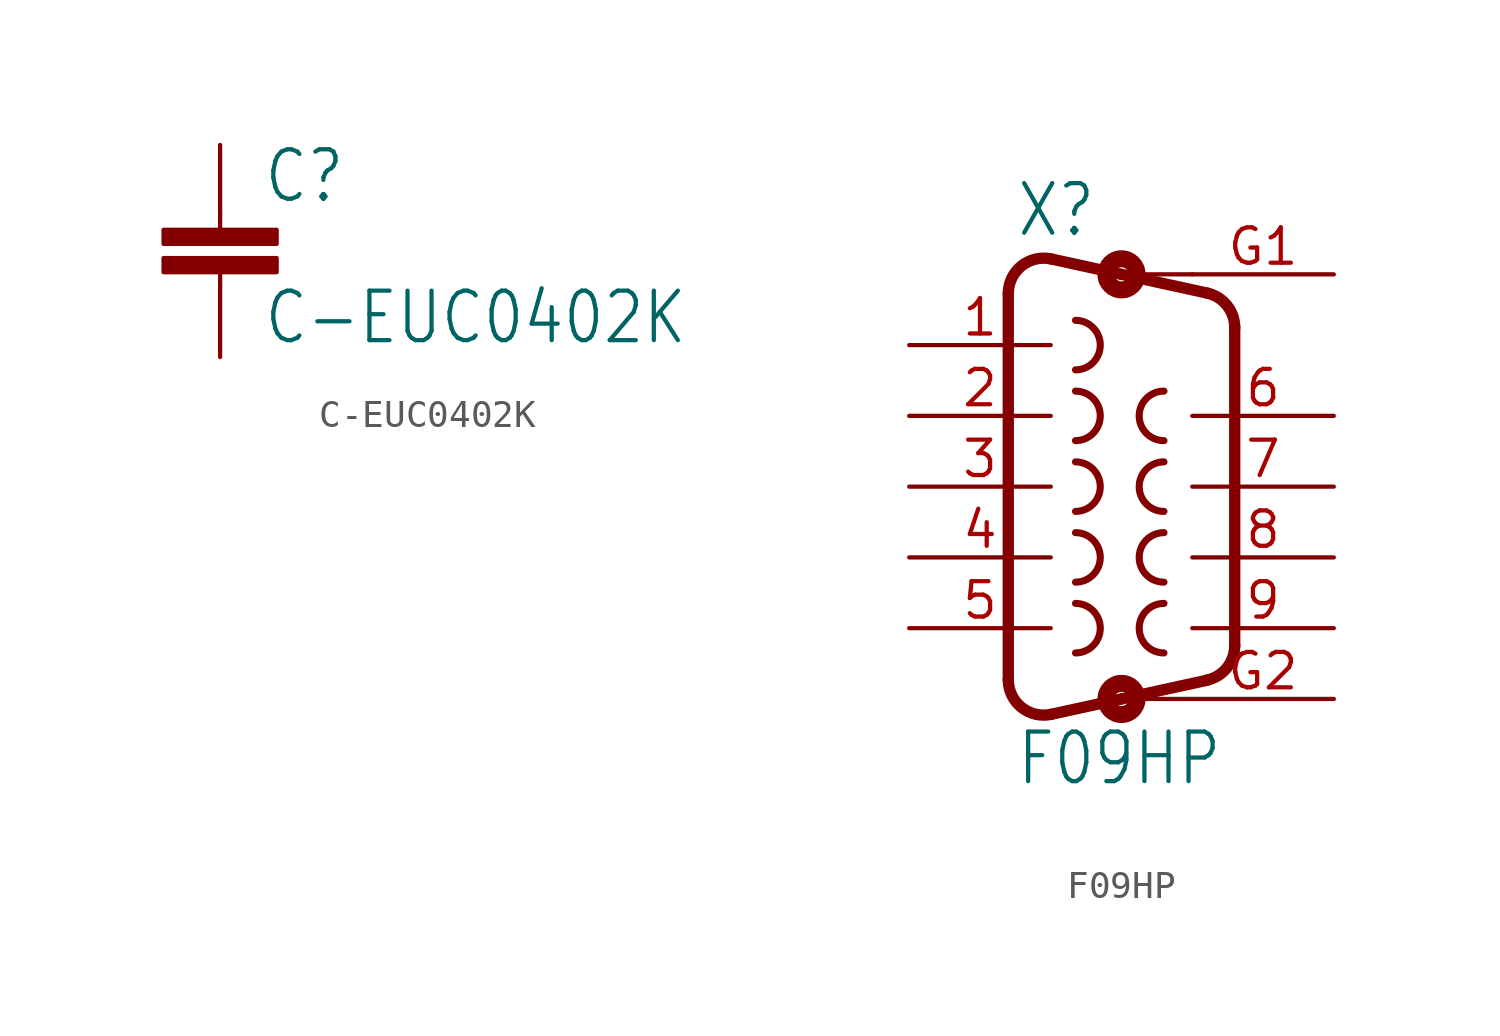
<source format=kicad_sym>
(kicad_symbol_lib
  (version 20211014)
  (generator kicad_symbol_editor)
  (symbol "C-EUC0402K"
    (property "Reference" "C"
      (at 1.524 0.381 0)
      (effects (font (size 1.778 1.511)) (justify left bottom)))
    (property "Value" "C-EUC0402K"
      (at 1.524 -4.699 0)
      (effects (font (size 1.778 1.511)) (justify left bottom)))
    (property "ki_locked" ""
      (at 0 0 0)
      (effects (font (size 1.27 1.27))))
    (symbol "C-EUC0402K_1_0"
      (rectangle (start -2.032 -2.032) (end 2.032 -1.524) (stroke (width 0) (type default) (color 0 0 0 0)) (fill (type outline)))
      (rectangle (start -2.032 -1.016) (end 2.032 -0.508) (stroke (width 0) (type default) (color 0 0 0 0)) (fill (type outline)))
      (polyline (pts (xy 0 -2.54) (xy 0 -2.032)) (stroke (width 0.152) (type default) (color 0 0 0 0)) (fill (type none)))
      (polyline (pts (xy 0 0) (xy 0 -0.508)) (stroke (width 0.152) (type default) (color 0 0 0 0)) (fill (type none)))
      (pin passive line (at 0 2.54 270) (length 2.54) (name "1" (effects (font (size 0 0)))) (number "1" (effects (font (size 0 0)))))
      (pin passive line (at 0 -5.08 90) (length 2.54) (name "2" (effects (font (size 0 0)))) (number "2" (effects (font (size 0 0)))))))
  (symbol "F09HP"
    (property "Reference" "X"
      (at -3.81 8.89 0)
      (effects (font (size 1.778 1.511)) (justify left bottom)))
    (property "Value" "F09HP"
      (at -3.81 -10.795 0)
      (effects (font (size 1.778 1.511)) (justify left bottom)))
    (property "ki_locked" ""
      (at 0 0 0)
      (effects (font (size 1.27 1.27))))
    (symbol "F09HP_1_0"
      (arc (start -4.064 -6.9312) (mid -3.5903 -7.9205) (end -2.5226 -8.1719) (stroke (width 0.4064) (type default) (color 0 0 0 0)) (fill (type none)))
      (arc (start -2.5226 8.172) (mid -3.5903 7.9205) (end -4.064 6.9312) (stroke (width 0.4064) (type default) (color 0 0 0 0)) (fill (type none)))
      (arc (start -1.651 -5.969) (mid -0.762 -5.08) (end -1.651 -4.191) (stroke (width 0.254) (type default) (color 0 0 0 0)) (fill (type none)))
      (arc (start -1.651 -3.429) (mid -0.762 -2.54) (end -1.651 -1.651) (stroke (width 0.254) (type default) (color 0 0 0 0)) (fill (type none)))
      (arc (start -1.651 -0.889) (mid -0.762 0) (end -1.651 0.889) (stroke (width 0.254) (type default) (color 0 0 0 0)) (fill (type none)))
      (arc (start -1.651 1.651) (mid -0.762 2.54) (end -1.651 3.429) (stroke (width 0.254) (type default) (color 0 0 0 0)) (fill (type none)))
      (arc (start -1.651 4.191) (mid -0.762 5.08) (end -1.651 5.969) (stroke (width 0.254) (type default) (color 0 0 0 0)) (fill (type none)))
      (circle (center 0 -7.62) (radius 0.254) (stroke (width 0.61) (type default) (color 0 0 0 0)) (fill (type none)))
      (polyline (pts (xy -4.064 -6.931) (xy -4.064 6.931)) (stroke (width 0.406) (type default) (color 0 0 0 0)) (fill (type none)))
      (polyline (pts (xy -2.523 -8.172) (xy 0 -7.62)) (stroke (width 0.406) (type default) (color 0 0 0 0)) (fill (type none)))
      (polyline (pts (xy -2.523 8.172) (xy 0 7.62)) (stroke (width 0.406) (type default) (color 0 0 0 0)) (fill (type none)))
      (polyline (pts (xy 0 -7.62) (xy 2.54 -7.62)) (stroke (width 0.152) (type default) (color 0 0 0 0)) (fill (type none)))
      (polyline (pts (xy 0 -7.62) (xy 3.065 -6.949)) (stroke (width 0.406) (type default) (color 0 0 0 0)) (fill (type none)))
      (polyline (pts (xy 0 7.62) (xy 3.065 6.949)) (stroke (width 0.406) (type default) (color 0 0 0 0)) (fill (type none)))
      (polyline (pts (xy 2.54 7.62) (xy 0 7.62)) (stroke (width 0.152) (type default) (color 0 0 0 0)) (fill (type none)))
      (polyline (pts (xy 4.064 -5.709) (xy 4.064 5.709)) (stroke (width 0.406) (type default) (color 0 0 0 0)) (fill (type none)))
      (circle (center 0 7.62) (radius 0.254) (stroke (width 0.61) (type default) (color 0 0 0 0)) (fill (type none)))
      (arc (start 1.524 -4.191) (mid 0.635 -5.08) (end 1.524 -5.969) (stroke (width 0.254) (type default) (color 0 0 0 0)) (fill (type none)))
      (arc (start 1.524 -1.651) (mid 0.635 -2.54) (end 1.524 -3.429) (stroke (width 0.254) (type default) (color 0 0 0 0)) (fill (type none)))
      (arc (start 1.524 0.889) (mid 0.635 0) (end 1.524 -0.889) (stroke (width 0.254) (type default) (color 0 0 0 0)) (fill (type none)))
      (arc (start 1.524 3.429) (mid 0.635 2.54) (end 1.524 1.651) (stroke (width 0.254) (type default) (color 0 0 0 0)) (fill (type none)))
      (arc (start 3.0654 -6.9494) (mid 3.7833 -6.5051) (end 4.064 -5.7088) (stroke (width 0.4064) (type default) (color 0 0 0 0)) (fill (type none)))
      (arc (start 4.0642 5.7088) (mid 3.7836 6.5053) (end 3.0654 6.9495) (stroke (width 0.4064) (type default) (color 0 0 0 0)) (fill (type none)))
      (pin passive line (at -7.62 5.08 0) (length 5.08) (name "1" (effects (font (size 0 0)))) (number "1" (effects (font (size 1.27 1.27)))))
      (pin passive line (at -7.62 2.54 0) (length 5.08) (name "2" (effects (font (size 0 0)))) (number "2" (effects (font (size 1.27 1.27)))))
      (pin passive line (at -7.62 0 0) (length 5.08) (name "3" (effects (font (size 0 0)))) (number "3" (effects (font (size 1.27 1.27)))))
      (pin passive line (at -7.62 -2.54 0) (length 5.08) (name "4" (effects (font (size 0 0)))) (number "4" (effects (font (size 1.27 1.27)))))
      (pin passive line (at -7.62 -5.08 0) (length 5.08) (name "5" (effects (font (size 0 0)))) (number "5" (effects (font (size 1.27 1.27)))))
      (pin passive line (at 7.62 2.54 180) (length 5.08) (name "6" (effects (font (size 0 0)))) (number "6" (effects (font (size 1.27 1.27)))))
      (pin passive line (at 7.62 0 180) (length 5.08) (name "7" (effects (font (size 0 0)))) (number "7" (effects (font (size 1.27 1.27)))))
      (pin passive line (at 7.62 -2.54 180) (length 5.08) (name "8" (effects (font (size 0 0)))) (number "8" (effects (font (size 1.27 1.27)))))
      (pin passive line (at 7.62 -5.08 180) (length 5.08) (name "9" (effects (font (size 0 0)))) (number "9" (effects (font (size 1.27 1.27)))))
      (pin passive line (at 7.62 7.62 180) (length 5.08) (name "G1" (effects (font (size 0 0)))) (number "G1" (effects (font (size 1.27 1.27)))))
      (pin passive line (at 7.62 -7.62 180) (length 5.08) (name "G2" (effects (font (size 0 0)))) (number "G2" (effects (font (size 1.27 1.27))))))))
</source>
